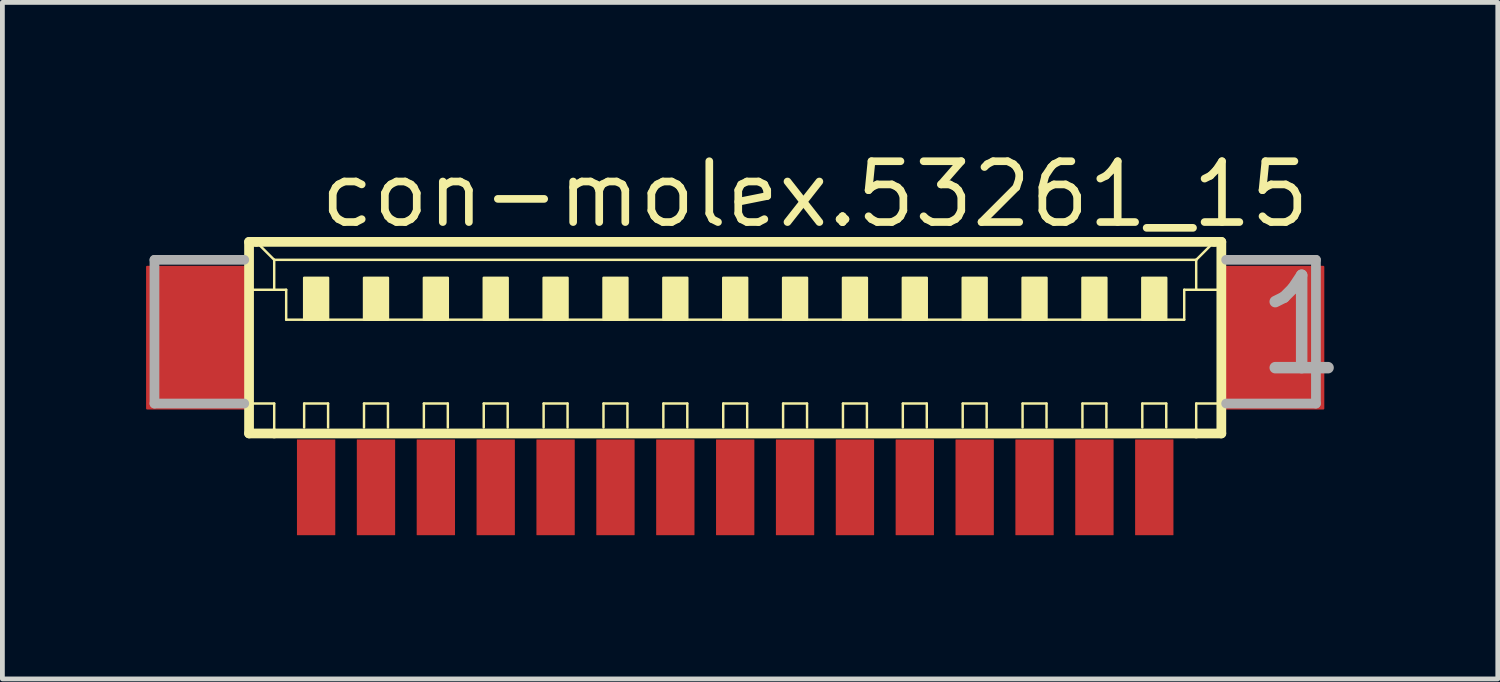
<source format=kicad_pcb>
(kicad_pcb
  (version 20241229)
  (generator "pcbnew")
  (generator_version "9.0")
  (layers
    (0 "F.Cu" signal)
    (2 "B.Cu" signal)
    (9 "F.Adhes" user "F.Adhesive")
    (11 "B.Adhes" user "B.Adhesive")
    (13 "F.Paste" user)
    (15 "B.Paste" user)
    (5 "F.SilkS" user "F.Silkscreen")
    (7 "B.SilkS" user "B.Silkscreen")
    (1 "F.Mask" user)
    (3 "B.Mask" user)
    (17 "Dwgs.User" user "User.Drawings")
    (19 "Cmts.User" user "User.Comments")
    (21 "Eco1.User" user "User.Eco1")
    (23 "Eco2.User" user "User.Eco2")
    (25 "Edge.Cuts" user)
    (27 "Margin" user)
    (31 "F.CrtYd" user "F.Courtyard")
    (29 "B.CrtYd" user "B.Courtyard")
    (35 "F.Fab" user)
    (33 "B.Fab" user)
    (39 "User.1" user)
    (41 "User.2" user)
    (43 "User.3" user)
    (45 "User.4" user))
  (footprint "con-molex.53261_15"
    (layer "F.Cu")
    (at 12.3 4.625)
    (property "Reference" "con-molex.53261_15" (at -8.75 -2.875 0) (layer "F.SilkS") (effects (font (size 1.27 1.27) (thickness 0.16)) (justify left bottom)))
    (attr smd)
    (fp_line (start -10.15 -2.625) (end -10.15 1.375) (stroke (width 0.203) (type default)) (layer "F.SilkS"))
    (fp_line (start -10.15 1.375) (end -9.625 1.375) (stroke (width 0.203) (type default)) (layer "F.SilkS"))
    (fp_line (start -10.125 -1.625) (end -9.625 -1.625) (stroke (width 0.051) (type default)) (layer "F.SilkS"))
    (fp_line (start -10.125 0.75) (end -9.625 0.75) (stroke (width 0.051) (type default)) (layer "F.SilkS"))
    (fp_line (start -10 -2.625) (end -10.15 -2.625) (stroke (width 0.203) (type default)) (layer "F.SilkS"))
    (fp_line (start -9.625 -2.25) (end -10 -2.625) (stroke (width 0.051) (type default)) (layer "F.SilkS"))
    (fp_line (start -9.625 -2.25) (end 9.625 -2.25) (stroke (width 0.051) (type default)) (layer "F.SilkS"))
    (fp_line (start -9.625 -1.625) (end -9.625 -2.25) (stroke (width 0.051) (type default)) (layer "F.SilkS"))
    (fp_line (start -9.625 -1.625) (end -9.375 -1.625) (stroke (width 0.051) (type default)) (layer "F.SilkS"))
    (fp_line (start -9.625 0.75) (end -9.625 1.375) (stroke (width 0.051) (type default)) (layer "F.SilkS"))
    (fp_line (start -9.625 1.375) (end 9.625 1.375) (stroke (width 0.203) (type default)) (layer "F.SilkS"))
    (fp_line (start -9.375 -1.625) (end -9.375 -1) (stroke (width 0.051) (type default)) (layer "F.SilkS"))
    (fp_line (start -9.375 -1) (end 9.375 -1) (stroke (width 0.051) (type default)) (layer "F.SilkS"))
    (fp_line (start -9 0.75) (end -8.5 0.75) (stroke (width 0.051) (type default)) (layer "F.SilkS"))
    (fp_line (start -9 1.25) (end -9 0.75) (stroke (width 0.051) (type default)) (layer "F.SilkS"))
    (fp_line (start -8.5 0.75) (end -8.5 1.25) (stroke (width 0.051) (type default)) (layer "F.SilkS"))
    (fp_line (start -7.75 0.75) (end -7.25 0.75) (stroke (width 0.051) (type default)) (layer "F.SilkS"))
    (fp_line (start -7.75 1.25) (end -7.75 0.75) (stroke (width 0.051) (type default)) (layer "F.SilkS"))
    (fp_line (start -7.25 0.75) (end -7.25 1.25) (stroke (width 0.051) (type default)) (layer "F.SilkS"))
    (fp_line (start -6.5 0.75) (end -6 0.75) (stroke (width 0.051) (type default)) (layer "F.SilkS"))
    (fp_line (start -6.5 1.25) (end -6.5 0.75) (stroke (width 0.051) (type default)) (layer "F.SilkS"))
    (fp_line (start -6 0.75) (end -6 1.25) (stroke (width 0.051) (type default)) (layer "F.SilkS"))
    (fp_line (start -5.25 0.75) (end -4.75 0.75) (stroke (width 0.051) (type default)) (layer "F.SilkS"))
    (fp_line (start -5.25 1.25) (end -5.25 0.75) (stroke (width 0.051) (type default)) (layer "F.SilkS"))
    (fp_line (start -4.75 0.75) (end -4.75 1.25) (stroke (width 0.051) (type default)) (layer "F.SilkS"))
    (fp_line (start -4 0.75) (end -3.5 0.75) (stroke (width 0.051) (type default)) (layer "F.SilkS"))
    (fp_line (start -4 1.25) (end -4 0.75) (stroke (width 0.051) (type default)) (layer "F.SilkS"))
    (fp_line (start -3.5 0.75) (end -3.5 1.25) (stroke (width 0.051) (type default)) (layer "F.SilkS"))
    (fp_line (start -2.75 0.75) (end -2.25 0.75) (stroke (width 0.051) (type default)) (layer "F.SilkS"))
    (fp_line (start -2.75 1.25) (end -2.75 0.75) (stroke (width 0.051) (type default)) (layer "F.SilkS"))
    (fp_line (start -2.25 0.75) (end -2.25 1.25) (stroke (width 0.051) (type default)) (layer "F.SilkS"))
    (fp_line (start -1.5 0.75) (end -1 0.75) (stroke (width 0.051) (type default)) (layer "F.SilkS"))
    (fp_line (start -1.5 1.25) (end -1.5 0.75) (stroke (width 0.051) (type default)) (layer "F.SilkS"))
    (fp_line (start -1 0.75) (end -1 1.25) (stroke (width 0.051) (type default)) (layer "F.SilkS"))
    (fp_line (start -0.25 0.75) (end 0.25 0.75) (stroke (width 0.051) (type default)) (layer "F.SilkS"))
    (fp_line (start -0.25 1.25) (end -0.25 0.75) (stroke (width 0.051) (type default)) (layer "F.SilkS"))
    (fp_line (start 0.25 0.75) (end 0.25 1.25) (stroke (width 0.051) (type default)) (layer "F.SilkS"))
    (fp_line (start 1 0.75) (end 1.5 0.75) (stroke (width 0.051) (type default)) (layer "F.SilkS"))
    (fp_line (start 1 1.25) (end 1 0.75) (stroke (width 0.051) (type default)) (layer "F.SilkS"))
    (fp_line (start 1.5 0.75) (end 1.5 1.25) (stroke (width 0.051) (type default)) (layer "F.SilkS"))
    (fp_line (start 2.25 0.75) (end 2.75 0.75) (stroke (width 0.051) (type default)) (layer "F.SilkS"))
    (fp_line (start 2.25 1.25) (end 2.25 0.75) (stroke (width 0.051) (type default)) (layer "F.SilkS"))
    (fp_line (start 2.75 0.75) (end 2.75 1.25) (stroke (width 0.051) (type default)) (layer "F.SilkS"))
    (fp_line (start 3.5 0.75) (end 4 0.75) (stroke (width 0.051) (type default)) (layer "F.SilkS"))
    (fp_line (start 3.5 1.25) (end 3.5 0.75) (stroke (width 0.051) (type default)) (layer "F.SilkS"))
    (fp_line (start 4 0.75) (end 4 1.25) (stroke (width 0.051) (type default)) (layer "F.SilkS"))
    (fp_line (start 4.75 0.75) (end 5.25 0.75) (stroke (width 0.051) (type default)) (layer "F.SilkS"))
    (fp_line (start 4.75 1.25) (end 4.75 0.75) (stroke (width 0.051) (type default)) (layer "F.SilkS"))
    (fp_line (start 5.25 0.75) (end 5.25 1.25) (stroke (width 0.051) (type default)) (layer "F.SilkS"))
    (fp_line (start 6 0.75) (end 6.5 0.75) (stroke (width 0.051) (type default)) (layer "F.SilkS"))
    (fp_line (start 6 1.25) (end 6 0.75) (stroke (width 0.051) (type default)) (layer "F.SilkS"))
    (fp_line (start 6.5 0.75) (end 6.5 1.25) (stroke (width 0.051) (type default)) (layer "F.SilkS"))
    (fp_line (start 7.25 0.75) (end 7.75 0.75) (stroke (width 0.051) (type default)) (layer "F.SilkS"))
    (fp_line (start 7.25 1.25) (end 7.25 0.75) (stroke (width 0.051) (type default)) (layer "F.SilkS"))
    (fp_line (start 7.75 0.75) (end 7.75 1.25) (stroke (width 0.051) (type default)) (layer "F.SilkS"))
    (fp_line (start 8.5 0.75) (end 9 0.75) (stroke (width 0.051) (type default)) (layer "F.SilkS"))
    (fp_line (start 8.5 1.25) (end 8.5 0.75) (stroke (width 0.051) (type default)) (layer "F.SilkS"))
    (fp_line (start 9 0.75) (end 9 1.25) (stroke (width 0.051) (type default)) (layer "F.SilkS"))
    (fp_line (start 9.375 -1.625) (end 9.375 -1) (stroke (width 0.051) (type default)) (layer "F.SilkS"))
    (fp_line (start 9.375 -1.625) (end 9.625 -1.625) (stroke (width 0.051) (type default)) (layer "F.SilkS"))
    (fp_line (start 9.625 -2.25) (end 9.625 -1.625) (stroke (width 0.051) (type default)) (layer "F.SilkS"))
    (fp_line (start 9.625 -2.25) (end 10 -2.625) (stroke (width 0.051) (type default)) (layer "F.SilkS"))
    (fp_line (start 9.625 -1.625) (end 10.125 -1.625) (stroke (width 0.051) (type default)) (layer "F.SilkS"))
    (fp_line (start 9.625 0.75) (end 9.625 1.375) (stroke (width 0.051) (type default)) (layer "F.SilkS"))
    (fp_line (start 9.625 0.75) (end 10.125 0.75) (stroke (width 0.051) (type default)) (layer "F.SilkS"))
    (fp_line (start 9.625 1.375) (end 10.15 1.375) (stroke (width 0.203) (type default)) (layer "F.SilkS"))
    (fp_line (start 10 -2.625) (end -10 -2.625) (stroke (width 0.203) (type default)) (layer "F.SilkS"))
    (fp_line (start 10.15 -2.625) (end 10 -2.625) (stroke (width 0.203) (type default)) (layer "F.SilkS"))
    (fp_line (start 10.15 1.375) (end 10.15 -2.625) (stroke (width 0.203) (type default)) (layer "F.SilkS"))
    (fp_rect (start -9 -1) (end -8.5 -1.875) (stroke (width 0.05) (type default)) (fill yes) (layer "F.SilkS"))
    (fp_rect (start -7.75 -1) (end -7.25 -1.875) (stroke (width 0.05) (type default)) (fill yes) (layer "F.SilkS"))
    (fp_rect (start -6.5 -1) (end -6 -1.875) (stroke (width 0.05) (type default)) (fill yes) (layer "F.SilkS"))
    (fp_rect (start -5.25 -1) (end -4.75 -1.875) (stroke (width 0.05) (type default)) (fill yes) (layer "F.SilkS"))
    (fp_rect (start -4 -1) (end -3.5 -1.875) (stroke (width 0.05) (type default)) (fill yes) (layer "F.SilkS"))
    (fp_rect (start -2.75 -1) (end -2.25 -1.875) (stroke (width 0.05) (type default)) (fill yes) (layer "F.SilkS"))
    (fp_rect (start -1.5 -1) (end -1 -1.875) (stroke (width 0.05) (type default)) (fill yes) (layer "F.SilkS"))
    (fp_rect (start -0.25 -1) (end 0.25 -1.875) (stroke (width 0.05) (type default)) (fill yes) (layer "F.SilkS"))
    (fp_rect (start 1 -1) (end 1.5 -1.875) (stroke (width 0.05) (type default)) (fill yes) (layer "F.SilkS"))
    (fp_rect (start 2.25 -1) (end 2.75 -1.875) (stroke (width 0.05) (type default)) (fill yes) (layer "F.SilkS"))
    (fp_rect (start 3.5 -1) (end 4 -1.875) (stroke (width 0.05) (type default)) (fill yes) (layer "F.SilkS"))
    (fp_rect (start 4.75 -1) (end 5.25 -1.875) (stroke (width 0.05) (type default)) (fill yes) (layer "F.SilkS"))
    (fp_rect (start 6 -1) (end 6.5 -1.875) (stroke (width 0.05) (type default)) (fill yes) (layer "F.SilkS"))
    (fp_rect (start 7.25 -1) (end 7.75 -1.875) (stroke (width 0.05) (type default)) (fill yes) (layer "F.SilkS"))
    (fp_rect (start 8.5 -1) (end 9 -1.875) (stroke (width 0.05) (type default)) (fill yes) (layer "F.SilkS"))
    (fp_line (start -12.125 -2.25) (end -12.125 0.75) (stroke (width 0.203) (type default)) (layer "F.Fab"))
    (fp_line (start -12.125 0.75) (end -10.25 0.75) (stroke (width 0.203) (type default)) (layer "F.Fab"))
    (fp_line (start -10.25 -2.25) (end -12.125 -2.25) (stroke (width 0.203) (type default)) (layer "F.Fab"))
    (fp_line (start 10.25 0.75) (end 12.125 0.75) (stroke (width 0.203) (type default)) (layer "F.Fab"))
    (fp_line (start 12.125 -2.25) (end 10.25 -2.25) (stroke (width 0.203) (type default)) (layer "F.Fab"))
    (fp_line (start 12.125 0.75) (end 12.125 -2.25) (stroke (width 0.203) (type default)) (layer "F.Fab"))
    (fp_text user "1" (at 10.75 0.25 0) (layer "F.Fab") (effects (font (size 1.93 1.93) (thickness 0.24)) (justify left bottom)))
    (pad "1" smd roundrect (at 8.75 2.5) (size 0.8 2) (layers "F.Cu" "F.Mask" "F.Paste") (roundrect_rratio 0.01))
    (pad "2" smd roundrect (at 7.5 2.5) (size 0.8 2) (layers "F.Cu" "F.Mask" "F.Paste") (roundrect_rratio 0.01))
    (pad "3" smd roundrect (at 6.25 2.5) (size 0.8 2) (layers "F.Cu" "F.Mask" "F.Paste") (roundrect_rratio 0.01))
    (pad "4" smd roundrect (at 5 2.5) (size 0.8 2) (layers "F.Cu" "F.Mask" "F.Paste") (roundrect_rratio 0.01))
    (pad "5" smd roundrect (at 3.75 2.5) (size 0.8 2) (layers "F.Cu" "F.Mask" "F.Paste") (roundrect_rratio 0.01))
    (pad "6" smd roundrect (at 2.5 2.5) (size 0.8 2) (layers "F.Cu" "F.Mask" "F.Paste") (roundrect_rratio 0.01))
    (pad "7" smd roundrect (at 1.25 2.5) (size 0.8 2) (layers "F.Cu" "F.Mask" "F.Paste") (roundrect_rratio 0.01))
    (pad "8" smd roundrect (at 0 2.5) (size 0.8 2) (layers "F.Cu" "F.Mask" "F.Paste") (roundrect_rratio 0.01))
    (pad "9" smd roundrect (at -1.25 2.5) (size 0.8 2) (layers "F.Cu" "F.Mask" "F.Paste") (roundrect_rratio 0.01))
    (pad "10" smd roundrect (at -2.5 2.5) (size 0.8 2) (layers "F.Cu" "F.Mask" "F.Paste") (roundrect_rratio 0.01))
    (pad "11" smd roundrect (at -3.75 2.5) (size 0.8 2) (layers "F.Cu" "F.Mask" "F.Paste") (roundrect_rratio 0.01))
    (pad "12" smd roundrect (at -5 2.5) (size 0.8 2) (layers "F.Cu" "F.Mask" "F.Paste") (roundrect_rratio 0.01))
    (pad "13" smd roundrect (at -6.25 2.5) (size 0.8 2) (layers "F.Cu" "F.Mask" "F.Paste") (roundrect_rratio 0.01))
    (pad "14" smd roundrect (at -7.5 2.5) (size 0.8 2) (layers "F.Cu" "F.Mask" "F.Paste") (roundrect_rratio 0.01))
    (pad "15" smd roundrect (at -8.75 2.5) (size 0.8 2) (layers "F.Cu" "F.Mask" "F.Paste") (roundrect_rratio 0.01))
    (pad "S1" smd roundrect (at 11.25 -0.625) (size 2.1 3) (layers "F.Cu" "F.Mask" "F.Paste") (roundrect_rratio 0.01))
    (pad "S2" smd roundrect (at -11.25 -0.625) (size 2.1 3) (layers "F.Cu" "F.Mask" "F.Paste") (roundrect_rratio 0.01)))
  (gr_rect
    (start -3 -3)
    (end 28.222 11.125)
    (stroke (width 0.1) (type default))
    (fill no)
    (layer "Edge.Cuts")))
</source>
